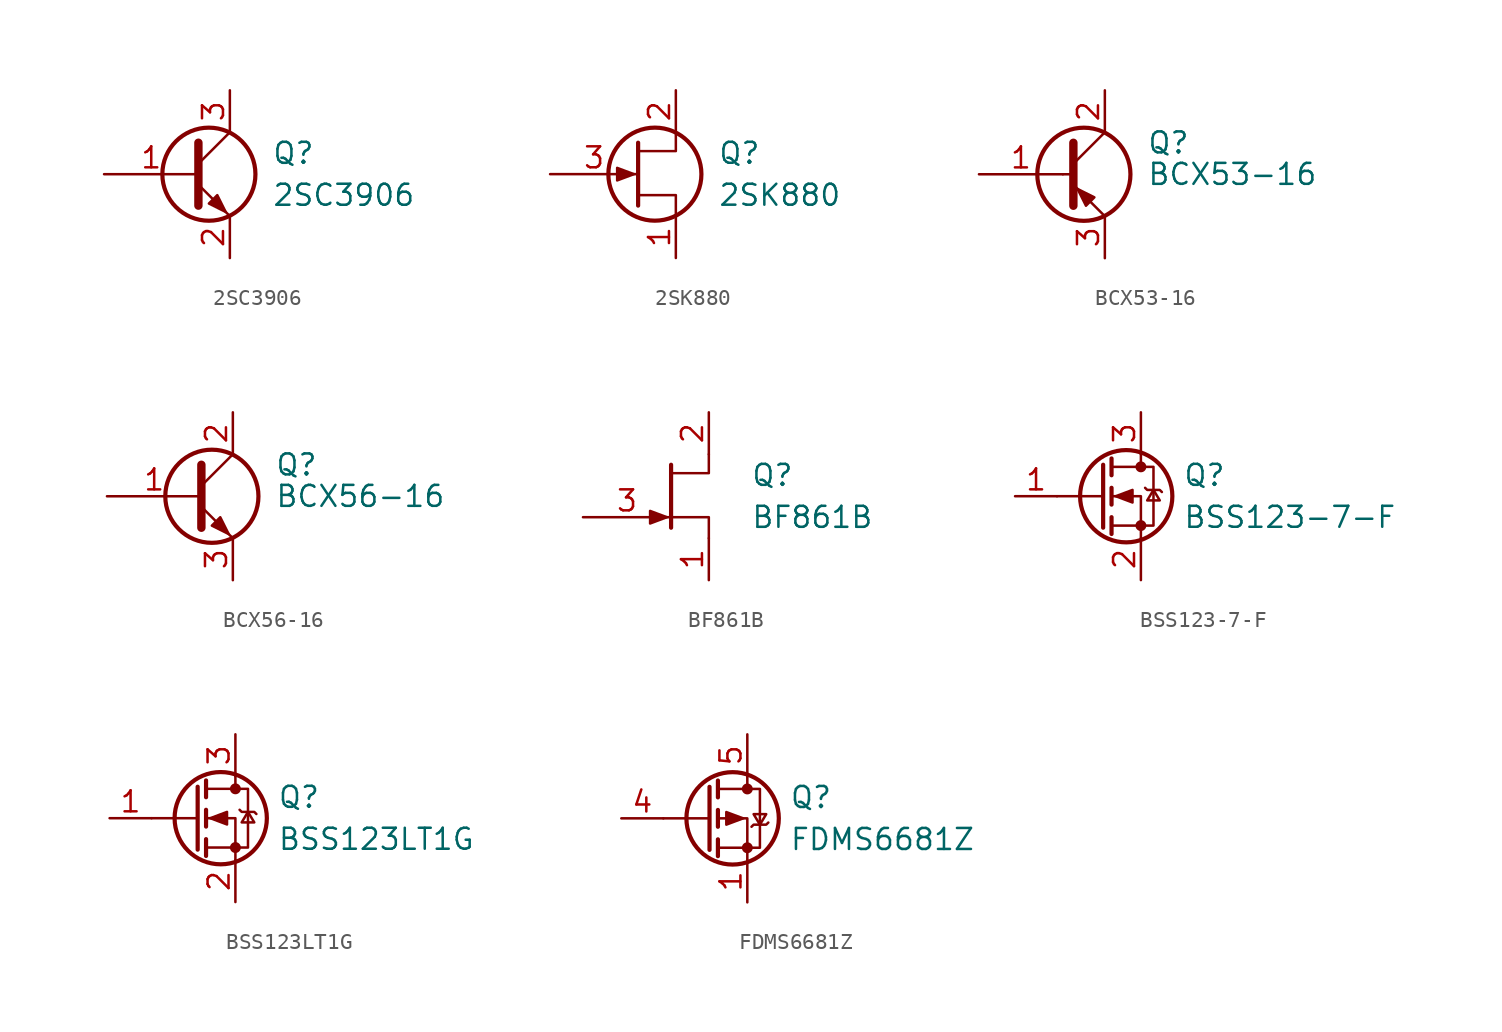
<source format=kicad_sym>
(kicad_symbol_lib
  (version 20211014)
  (generator kicad_symbol_editor)
  (symbol "2SC3906"
    (pin_names
      (offset 0) hide)
    (property "Reference" "Q"
      (at 5.08 1.27 0)
      (effects (font (size 1.27 1.27)) (justify left)))
    (property "Value" "2SC3906"
      (at 5.08 -1.27 0)
      (effects (font (size 1.27 1.27)) (justify left)))
    (symbol "2SC3906_0_1"
      (polyline (pts (xy 0.635 0.635) (xy 2.54 2.54)) (stroke (width 0) (type default) (color 0 0 0 0)) (fill (type none)))
      (polyline (pts (xy 0.635 -0.635) (xy 2.54 -2.54) (xy 2.54 -2.54)) (stroke (width 0) (type default) (color 0 0 0 0)) (fill (type none)))
      (polyline (pts (xy 0.635 1.905) (xy 0.635 -1.905) (xy 0.635 -1.905)) (stroke (width 0.508) (type default) (color 0 0 0 0)) (fill (type none)))
      (polyline (pts (xy 1.27 -1.778) (xy 1.778 -1.27) (xy 2.286 -2.286) (xy 1.27 -1.778) (xy 1.27 -1.778)) (stroke (width 0) (type default) (color 0 0 0 0)) (fill (type outline)))
      (circle (center 1.27 0) (radius 2.819) (stroke (width 0.254) (type default) (color 0 0 0 0)) (fill (type none))))
    (symbol "2SC3906_1_1"
      (pin passive line (at -5.08 0 0) (length 5.715) (name "B" (effects (font (size 1.27 1.27)))) (number "1" (effects (font (size 1.27 1.27)))))
      (pin passive line (at 2.54 -5.08 90) (length 2.54) (name "E" (effects (font (size 1.27 1.27)))) (number "2" (effects (font (size 1.27 1.27)))))
      (pin passive line (at 2.54 5.08 270) (length 2.54) (name "C" (effects (font (size 1.27 1.27)))) (number "3" (effects (font (size 1.27 1.27)))))))
  (symbol "2SK880"
    (pin_names
      (offset 0) hide)
    (property "Reference" "Q"
      (at 5.08 1.27 0)
      (effects (font (size 1.27 1.27)) (justify left)))
    (property "Value" "2SK880"
      (at 5.08 -1.27 0)
      (effects (font (size 1.27 1.27)) (justify left)))
    (symbol "2SK880_0_1"
      (polyline (pts (xy 0.254 1.905) (xy 0.254 -1.905) (xy 0.254 -1.905)) (stroke (width 0.254) (type default) (color 0 0 0 0)) (fill (type none)))
      (polyline (pts (xy 2.54 -2.54) (xy 2.54 -1.27) (xy 0.254 -1.27)) (stroke (width 0) (type default) (color 0 0 0 0)) (fill (type none)))
      (polyline (pts (xy 2.54 2.54) (xy 2.54 1.397) (xy 0.254 1.397)) (stroke (width 0) (type default) (color 0 0 0 0)) (fill (type none)))
      (polyline (pts (xy 0 0) (xy -1.016 0.381) (xy -1.016 -0.381) (xy 0 0)) (stroke (width 0) (type default) (color 0 0 0 0)) (fill (type outline)))
      (circle (center 1.27 0) (radius 2.819) (stroke (width 0.254) (type default) (color 0 0 0 0)) (fill (type none))))
    (symbol "2SK880_1_1"
      (pin passive line (at 2.54 -5.08 90) (length 2.54) (name "D" (effects (font (size 1.27 1.27)))) (number "1" (effects (font (size 1.27 1.27)))))
      (pin passive line (at 2.54 5.08 270) (length 2.54) (name "S" (effects (font (size 1.27 1.27)))) (number "2" (effects (font (size 1.27 1.27)))))
      (pin input line (at -5.08 0 0) (length 5.334) (name "G" (effects (font (size 1.27 1.27)))) (number "3" (effects (font (size 1.27 1.27)))))))
  (symbol "BCX53-16"
    (pin_names
      (offset 0) hide)
    (property "Reference" "Q"
      (at 5.08 1.905 0)
      (effects (font (size 1.27 1.27)) (justify left)))
    (property "Value" "BCX53-16"
      (at 5.08 0 0)
      (effects (font (size 1.27 1.27)) (justify left)))
    (symbol "BCX53-16_0_1"
      (polyline (pts (xy 0 0) (xy 0.635 0)) (stroke (width 0) (type default) (color 0 0 0 0)) (fill (type none)))
      (polyline (pts (xy 2.54 -2.54) (xy 0.635 -0.635)) (stroke (width 0) (type default) (color 0 0 0 0)) (fill (type none)))
      (polyline (pts (xy 2.54 2.54) (xy 0.635 0.635)) (stroke (width 0) (type default) (color 0 0 0 0)) (fill (type none)))
      (polyline (pts (xy 0.635 1.905) (xy 0.635 -1.905) (xy 0.635 -1.905)) (stroke (width 0.508) (type default) (color 0 0 0 0)) (fill (type outline)))
      (polyline (pts (xy 1.397 -1.905) (xy 1.905 -1.397) (xy 0.889 -0.889) (xy 1.397 -1.905) (xy 1.397 -1.905)) (stroke (width 0) (type default) (color 0 0 0 0)) (fill (type outline)))
      (circle (center 1.27 0) (radius 2.819) (stroke (width 0.254) (type default) (color 0 0 0 0)) (fill (type none))))
    (symbol "BCX53-16_1_1"
      (pin input line (at -5.08 0 0) (length 5.08) (name "B" (effects (font (size 1.27 1.27)))) (number "1" (effects (font (size 1.27 1.27)))))
      (pin passive line (at 2.54 5.08 270) (length 2.54) (name "C" (effects (font (size 1.27 1.27)))) (number "2" (effects (font (size 1.27 1.27)))))
      (pin passive line (at 2.54 -5.08 90) (length 2.54) (name "E" (effects (font (size 1.27 1.27)))) (number "3" (effects (font (size 1.27 1.27)))))))
  (symbol "BCX56-16"
    (pin_names
      (offset 0) hide)
    (property "Reference" "Q"
      (at 5.08 1.905 0)
      (effects (font (size 1.27 1.27)) (justify left)))
    (property "Value" "BCX56-16"
      (at 5.08 0 0)
      (effects (font (size 1.27 1.27)) (justify left)))
    (symbol "BCX56-16_0_1"
      (polyline (pts (xy 0.635 0.635) (xy 2.54 2.54)) (stroke (width 0) (type default) (color 0 0 0 0)) (fill (type none)))
      (polyline (pts (xy 0.635 -0.635) (xy 2.54 -2.54) (xy 2.54 -2.54)) (stroke (width 0) (type default) (color 0 0 0 0)) (fill (type none)))
      (polyline (pts (xy 0.635 1.905) (xy 0.635 -1.905) (xy 0.635 -1.905)) (stroke (width 0.508) (type default) (color 0 0 0 0)) (fill (type none)))
      (polyline (pts (xy 1.27 -1.778) (xy 1.778 -1.27) (xy 2.286 -2.286) (xy 1.27 -1.778) (xy 1.27 -1.778)) (stroke (width 0) (type default) (color 0 0 0 0)) (fill (type outline)))
      (circle (center 1.27 0) (radius 2.819) (stroke (width 0.254) (type default) (color 0 0 0 0)) (fill (type none))))
    (symbol "BCX56-16_1_1"
      (pin input line (at -5.08 0 0) (length 5.715) (name "B" (effects (font (size 1.27 1.27)))) (number "1" (effects (font (size 1.27 1.27)))))
      (pin passive line (at 2.54 5.08 270) (length 2.54) (name "C" (effects (font (size 1.27 1.27)))) (number "2" (effects (font (size 1.27 1.27)))))
      (pin passive line (at 2.54 -5.08 90) (length 2.54) (name "E" (effects (font (size 1.27 1.27)))) (number "3" (effects (font (size 1.27 1.27)))))))
  (symbol "BF861B"
    (pin_names
      (offset 0) hide)
    (property "Reference" "Q"
      (at 5.08 1.27 0)
      (effects (font (size 1.27 1.27)) (justify left)))
    (property "Value" "BF861B"
      (at 5.08 -1.27 0)
      (effects (font (size 1.27 1.27)) (justify left)))
    (symbol "BF861B_0_1"
      (polyline (pts (xy 0.254 1.905) (xy 0.254 -1.905) (xy 0.254 -1.905)) (stroke (width 0.254) (type default) (color 0 0 0 0)) (fill (type none)))
      (polyline (pts (xy 2.54 -2.54) (xy 2.54 -1.27) (xy 0.254 -1.27)) (stroke (width 0) (type default) (color 0 0 0 0)) (fill (type none)))
      (polyline (pts (xy 2.54 2.54) (xy 2.54 1.397) (xy 0.254 1.397)) (stroke (width 0) (type default) (color 0 0 0 0)) (fill (type none)))
      (polyline (pts (xy 0 -1.27) (xy -1.016 -0.889) (xy -1.016 -1.651) (xy 0 -1.27)) (stroke (width 0) (type default) (color 0 0 0 0)) (fill (type outline))))
    (symbol "BF861B_1_1"
      (pin passive line (at 2.54 -5.08 90) (length 2.54) (name "S" (effects (font (size 1.27 1.27)))) (number "1" (effects (font (size 1.27 1.27)))))
      (pin passive line (at 2.54 5.08 270) (length 2.54) (name "D" (effects (font (size 1.27 1.27)))) (number "2" (effects (font (size 1.27 1.27)))))
      (pin input line (at -5.08 -1.27 0) (length 5.334) (name "G" (effects (font (size 1.27 1.27)))) (number "3" (effects (font (size 1.27 1.27)))))))
  (symbol "BSS123-7-F"
    (pin_names
      (offset 0) hide)
    (property "Reference" "Q"
      (at 5.08 1.27 0)
      (effects (font (size 1.27 1.27)) (justify left)))
    (property "Value" "BSS123-7-F"
      (at 5.08 -1.27 0)
      (effects (font (size 1.27 1.27)) (justify left)))
    (symbol "BSS123-7-F_0_1"
      (polyline (pts (xy 0.254 0) (xy -2.54 0)) (stroke (width 0) (type default) (color 0 0 0 0)) (fill (type none)))
      (polyline (pts (xy 0.254 1.905) (xy 0.254 -1.905)) (stroke (width 0.254) (type default) (color 0 0 0 0)) (fill (type none)))
      (polyline (pts (xy 0.762 -1.27) (xy 0.762 -2.286)) (stroke (width 0.254) (type default) (color 0 0 0 0)) (fill (type none)))
      (polyline (pts (xy 0.762 0.508) (xy 0.762 -0.508)) (stroke (width 0.254) (type default) (color 0 0 0 0)) (fill (type none)))
      (polyline (pts (xy 0.762 2.286) (xy 0.762 1.27)) (stroke (width 0.254) (type default) (color 0 0 0 0)) (fill (type none)))
      (polyline (pts (xy 2.54 2.54) (xy 2.54 1.778)) (stroke (width 0) (type default) (color 0 0 0 0)) (fill (type none)))
      (polyline (pts (xy 2.54 -2.54) (xy 2.54 0) (xy 0.762 0)) (stroke (width 0) (type default) (color 0 0 0 0)) (fill (type none)))
      (polyline (pts (xy 0.762 -1.778) (xy 3.302 -1.778) (xy 3.302 1.778) (xy 0.762 1.778)) (stroke (width 0) (type default) (color 0 0 0 0)) (fill (type none)))
      (polyline (pts (xy 1.016 0) (xy 2.032 0.381) (xy 2.032 -0.381) (xy 1.016 0)) (stroke (width 0) (type default) (color 0 0 0 0)) (fill (type outline)))
      (polyline (pts (xy 2.794 0.508) (xy 2.921 0.381) (xy 3.683 0.381) (xy 3.81 0.254)) (stroke (width 0) (type default) (color 0 0 0 0)) (fill (type none)))
      (polyline (pts (xy 3.302 0.381) (xy 2.921 -0.254) (xy 3.683 -0.254) (xy 3.302 0.381)) (stroke (width 0) (type default) (color 0 0 0 0)) (fill (type none)))
      (circle (center 1.651 0) (radius 2.794) (stroke (width 0.254) (type default) (color 0 0 0 0)) (fill (type none)))
      (circle (center 2.54 -1.778) (radius 0.254) (stroke (width 0) (type default) (color 0 0 0 0)) (fill (type outline)))
      (circle (center 2.54 1.778) (radius 0.254) (stroke (width 0) (type default) (color 0 0 0 0)) (fill (type outline))))
    (symbol "BSS123-7-F_1_1"
      (pin input line (at -5.08 0 0) (length 2.54) (name "G" (effects (font (size 1.27 1.27)))) (number "1" (effects (font (size 1.27 1.27)))))
      (pin passive line (at 2.54 -5.08 90) (length 2.54) (name "S" (effects (font (size 1.27 1.27)))) (number "2" (effects (font (size 1.27 1.27)))))
      (pin passive line (at 2.54 5.08 270) (length 2.54) (name "D" (effects (font (size 1.27 1.27)))) (number "3" (effects (font (size 1.27 1.27)))))))
  (symbol "BSS123LT1G"
    (pin_names
      (offset 0) hide)
    (property "Reference" "Q"
      (at 5.08 1.27 0)
      (effects (font (size 1.27 1.27)) (justify left)))
    (property "Value" "BSS123LT1G"
      (at 5.08 -1.27 0)
      (effects (font (size 1.27 1.27)) (justify left)))
    (symbol "BSS123LT1G_0_1"
      (polyline (pts (xy 0.254 0) (xy -2.54 0)) (stroke (width 0) (type default) (color 0 0 0 0)) (fill (type none)))
      (polyline (pts (xy 0.254 1.905) (xy 0.254 -1.905)) (stroke (width 0.254) (type default) (color 0 0 0 0)) (fill (type none)))
      (polyline (pts (xy 0.762 -1.27) (xy 0.762 -2.286)) (stroke (width 0.254) (type default) (color 0 0 0 0)) (fill (type none)))
      (polyline (pts (xy 0.762 0.508) (xy 0.762 -0.508)) (stroke (width 0.254) (type default) (color 0 0 0 0)) (fill (type none)))
      (polyline (pts (xy 0.762 2.286) (xy 0.762 1.27)) (stroke (width 0.254) (type default) (color 0 0 0 0)) (fill (type none)))
      (polyline (pts (xy 2.54 2.54) (xy 2.54 1.778)) (stroke (width 0) (type default) (color 0 0 0 0)) (fill (type none)))
      (polyline (pts (xy 2.54 -2.54) (xy 2.54 0) (xy 0.762 0)) (stroke (width 0) (type default) (color 0 0 0 0)) (fill (type none)))
      (polyline (pts (xy 0.762 -1.778) (xy 3.302 -1.778) (xy 3.302 1.778) (xy 0.762 1.778)) (stroke (width 0) (type default) (color 0 0 0 0)) (fill (type none)))
      (polyline (pts (xy 1.016 0) (xy 2.032 0.381) (xy 2.032 -0.381) (xy 1.016 0)) (stroke (width 0) (type default) (color 0 0 0 0)) (fill (type outline)))
      (polyline (pts (xy 2.794 0.508) (xy 2.921 0.381) (xy 3.683 0.381) (xy 3.81 0.254)) (stroke (width 0) (type default) (color 0 0 0 0)) (fill (type none)))
      (polyline (pts (xy 3.302 0.381) (xy 2.921 -0.254) (xy 3.683 -0.254) (xy 3.302 0.381)) (stroke (width 0) (type default) (color 0 0 0 0)) (fill (type none)))
      (circle (center 1.651 0) (radius 2.794) (stroke (width 0.254) (type default) (color 0 0 0 0)) (fill (type none)))
      (circle (center 2.54 -1.778) (radius 0.254) (stroke (width 0) (type default) (color 0 0 0 0)) (fill (type outline)))
      (circle (center 2.54 1.778) (radius 0.254) (stroke (width 0) (type default) (color 0 0 0 0)) (fill (type outline))))
    (symbol "BSS123LT1G_1_1"
      (pin input line (at -5.08 0 0) (length 2.54) (name "G" (effects (font (size 1.27 1.27)))) (number "1" (effects (font (size 1.27 1.27)))))
      (pin passive line (at 2.54 -5.08 90) (length 2.54) (name "S" (effects (font (size 1.27 1.27)))) (number "2" (effects (font (size 1.27 1.27)))))
      (pin passive line (at 2.54 5.08 270) (length 2.54) (name "D" (effects (font (size 1.27 1.27)))) (number "3" (effects (font (size 1.27 1.27)))))))
  (symbol "FDMS6681Z"
    (pin_names
      (offset 0) hide)
    (property "Reference" "Q"
      (at 5.08 1.27 0)
      (effects (font (size 1.27 1.27)) (justify left)))
    (property "Value" "FDMS6681Z"
      (at 5.08 -1.27 0)
      (effects (font (size 1.27 1.27)) (justify left)))
    (symbol "FDMS6681Z_0_0"
      (pin passive line (at 2.54 5.08 270) (length 2.54) (name "D" (effects (font (size 1.27 1.27)))) (number "5" (effects (font (size 1.27 1.27))))))
    (symbol "FDMS6681Z_0_1"
      (polyline (pts (xy 0.254 0) (xy -2.54 0)) (stroke (width 0) (type default) (color 0 0 0 0)) (fill (type none)))
      (polyline (pts (xy 0.254 1.905) (xy 0.254 -1.905)) (stroke (width 0.254) (type default) (color 0 0 0 0)) (fill (type none)))
      (polyline (pts (xy 0.762 -1.27) (xy 0.762 -2.286)) (stroke (width 0.254) (type default) (color 0 0 0 0)) (fill (type none)))
      (polyline (pts (xy 0.762 0.508) (xy 0.762 -0.508)) (stroke (width 0.254) (type default) (color 0 0 0 0)) (fill (type none)))
      (polyline (pts (xy 0.762 2.286) (xy 0.762 1.27)) (stroke (width 0.254) (type default) (color 0 0 0 0)) (fill (type none)))
      (polyline (pts (xy 2.54 2.54) (xy 2.54 1.905)) (stroke (width 0) (type default) (color 0 0 0 0)) (fill (type none)))
      (polyline (pts (xy 2.54 -2.54) (xy 2.54 0) (xy 0.762 0)) (stroke (width 0) (type default) (color 0 0 0 0)) (fill (type none)))
      (polyline (pts (xy 0.762 1.778) (xy 3.302 1.778) (xy 3.302 -1.778) (xy 0.762 -1.778)) (stroke (width 0) (type default) (color 0 0 0 0)) (fill (type none)))
      (polyline (pts (xy 2.286 0) (xy 1.27 0.381) (xy 1.27 -0.381) (xy 2.286 0)) (stroke (width 0) (type default) (color 0 0 0 0)) (fill (type outline)))
      (polyline (pts (xy 2.794 -0.508) (xy 2.921 -0.381) (xy 3.683 -0.381) (xy 3.81 -0.254)) (stroke (width 0) (type default) (color 0 0 0 0)) (fill (type none)))
      (polyline (pts (xy 3.302 -0.381) (xy 2.921 0.254) (xy 3.683 0.254) (xy 3.302 -0.381)) (stroke (width 0) (type default) (color 0 0 0 0)) (fill (type none)))
      (circle (center 1.651 0) (radius 2.794) (stroke (width 0.254) (type default) (color 0 0 0 0)) (fill (type none)))
      (circle (center 2.54 -1.778) (radius 0.254) (stroke (width 0) (type default) (color 0 0 0 0)) (fill (type outline)))
      (circle (center 2.54 1.778) (radius 0.254) (stroke (width 0) (type default) (color 0 0 0 0)) (fill (type outline))))
    (symbol "FDMS6681Z_1_1"
      (pin passive line (at 2.54 -5.08 90) (length 2.54) (name "S" (effects (font (size 1.27 1.27)))) (number "1" (effects (font (size 1.27 1.27)))))
      (pin passive line (at 2.54 -5.08 90) (length 2.54) hide (name "S" (effects (font (size 1.27 1.27)))) (number "2" (effects (font (size 1.27 1.27)))))
      (pin passive line (at 2.54 -5.08 90) (length 2.54) hide (name "S" (effects (font (size 1.27 1.27)))) (number "3" (effects (font (size 1.27 1.27)))))
      (pin input line (at -5.08 0 0) (length 2.54) (name "G" (effects (font (size 1.27 1.27)))) (number "4" (effects (font (size 1.27 1.27))))))))
</source>
